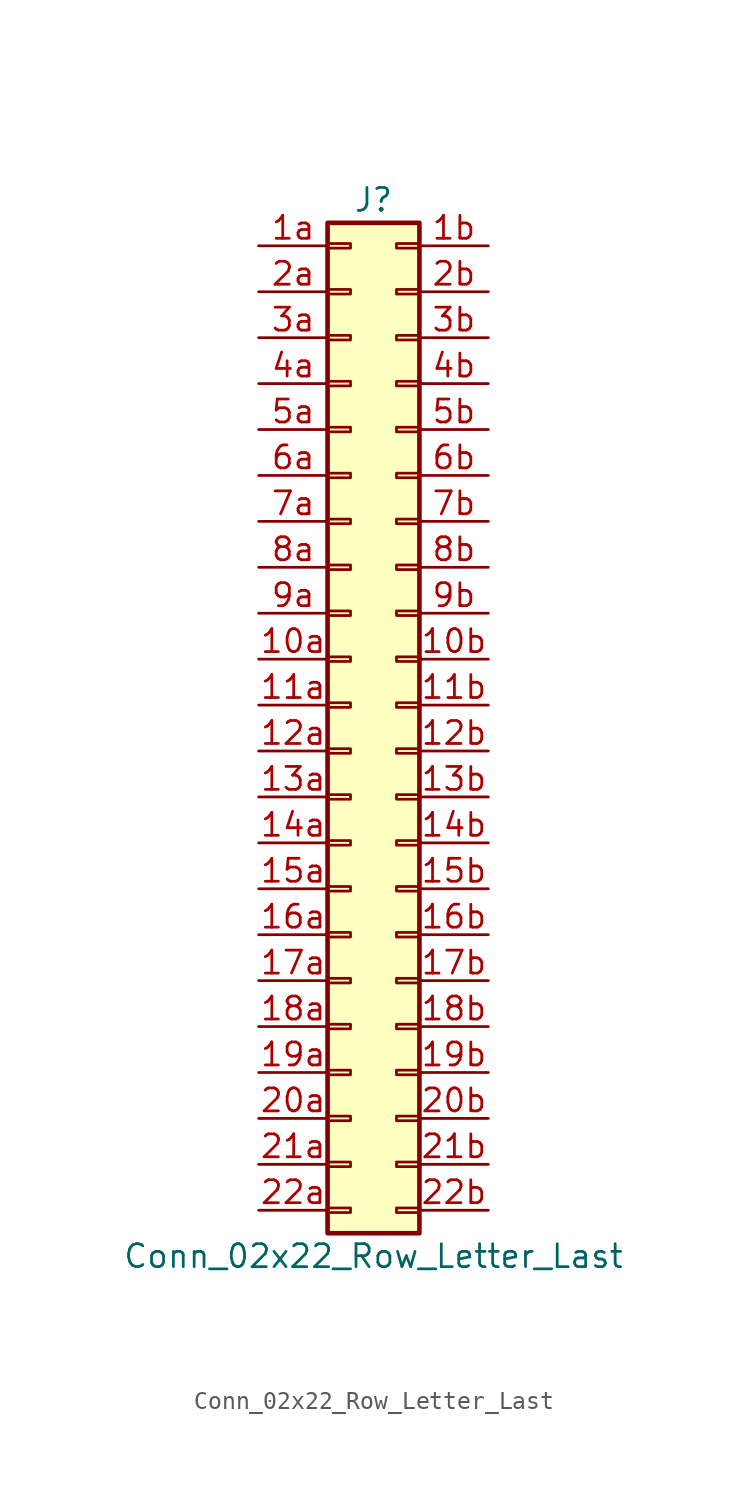
<source format=kicad_sym>
(kicad_symbol_lib
  (version 20220914)
  (generator kicad_symbol_editor)
  (symbol "Conn_02x22_Row_Letter_Last"
    (pin_names
      (offset 1.016) hide)
    (property "Reference" "J"
      (at 1.27 27.94 0)
      (effects (font (size 1.27 1.27))))
    (property "Value" "Conn_02x22_Row_Letter_Last"
      (at 1.27 -30.48 0)
      (effects (font (size 1.27 1.27))))
    (symbol "Conn_02x22_Row_Letter_Last_1_1"
      (rectangle (start -1.27 -27.813) (end 0 -28.067) (stroke (width 0.152) (type default)) (fill (type none)))
      (rectangle (start -1.27 -25.273) (end 0 -25.527) (stroke (width 0.152) (type default)) (fill (type none)))
      (rectangle (start -1.27 -22.733) (end 0 -22.987) (stroke (width 0.152) (type default)) (fill (type none)))
      (rectangle (start -1.27 -20.193) (end 0 -20.447) (stroke (width 0.152) (type default)) (fill (type none)))
      (rectangle (start -1.27 -17.653) (end 0 -17.907) (stroke (width 0.152) (type default)) (fill (type none)))
      (rectangle (start -1.27 -15.113) (end 0 -15.367) (stroke (width 0.152) (type default)) (fill (type none)))
      (rectangle (start -1.27 -12.573) (end 0 -12.827) (stroke (width 0.152) (type default)) (fill (type none)))
      (rectangle (start -1.27 -10.033) (end 0 -10.287) (stroke (width 0.152) (type default)) (fill (type none)))
      (rectangle (start -1.27 -7.493) (end 0 -7.747) (stroke (width 0.152) (type default)) (fill (type none)))
      (rectangle (start -1.27 -4.953) (end 0 -5.207) (stroke (width 0.152) (type default)) (fill (type none)))
      (rectangle (start -1.27 -2.413) (end 0 -2.667) (stroke (width 0.152) (type default)) (fill (type none)))
      (rectangle (start -1.27 0.127) (end 0 -0.127) (stroke (width 0.152) (type default)) (fill (type none)))
      (rectangle (start -1.27 2.667) (end 0 2.413) (stroke (width 0.152) (type default)) (fill (type none)))
      (rectangle (start -1.27 5.207) (end 0 4.953) (stroke (width 0.152) (type default)) (fill (type none)))
      (rectangle (start -1.27 7.747) (end 0 7.493) (stroke (width 0.152) (type default)) (fill (type none)))
      (rectangle (start -1.27 10.287) (end 0 10.033) (stroke (width 0.152) (type default)) (fill (type none)))
      (rectangle (start -1.27 12.827) (end 0 12.573) (stroke (width 0.152) (type default)) (fill (type none)))
      (rectangle (start -1.27 15.367) (end 0 15.113) (stroke (width 0.152) (type default)) (fill (type none)))
      (rectangle (start -1.27 17.907) (end 0 17.653) (stroke (width 0.152) (type default)) (fill (type none)))
      (rectangle (start -1.27 20.447) (end 0 20.193) (stroke (width 0.152) (type default)) (fill (type none)))
      (rectangle (start -1.27 22.987) (end 0 22.733) (stroke (width 0.152) (type default)) (fill (type none)))
      (rectangle (start -1.27 25.527) (end 0 25.273) (stroke (width 0.152) (type default)) (fill (type none)))
      (rectangle (start -1.27 26.67) (end 3.81 -29.21) (stroke (width 0.254) (type default)) (fill (type background)))
      (rectangle (start 3.81 -27.813) (end 2.54 -28.067) (stroke (width 0.152) (type default)) (fill (type none)))
      (rectangle (start 3.81 -25.273) (end 2.54 -25.527) (stroke (width 0.152) (type default)) (fill (type none)))
      (rectangle (start 3.81 -22.733) (end 2.54 -22.987) (stroke (width 0.152) (type default)) (fill (type none)))
      (rectangle (start 3.81 -20.193) (end 2.54 -20.447) (stroke (width 0.152) (type default)) (fill (type none)))
      (rectangle (start 3.81 -17.653) (end 2.54 -17.907) (stroke (width 0.152) (type default)) (fill (type none)))
      (rectangle (start 3.81 -15.113) (end 2.54 -15.367) (stroke (width 0.152) (type default)) (fill (type none)))
      (rectangle (start 3.81 -12.573) (end 2.54 -12.827) (stroke (width 0.152) (type default)) (fill (type none)))
      (rectangle (start 3.81 -10.033) (end 2.54 -10.287) (stroke (width 0.152) (type default)) (fill (type none)))
      (rectangle (start 3.81 -7.493) (end 2.54 -7.747) (stroke (width 0.152) (type default)) (fill (type none)))
      (rectangle (start 3.81 -4.953) (end 2.54 -5.207) (stroke (width 0.152) (type default)) (fill (type none)))
      (rectangle (start 3.81 -2.413) (end 2.54 -2.667) (stroke (width 0.152) (type default)) (fill (type none)))
      (rectangle (start 3.81 0.127) (end 2.54 -0.127) (stroke (width 0.152) (type default)) (fill (type none)))
      (rectangle (start 3.81 2.667) (end 2.54 2.413) (stroke (width 0.152) (type default)) (fill (type none)))
      (rectangle (start 3.81 5.207) (end 2.54 4.953) (stroke (width 0.152) (type default)) (fill (type none)))
      (rectangle (start 3.81 7.747) (end 2.54 7.493) (stroke (width 0.152) (type default)) (fill (type none)))
      (rectangle (start 3.81 10.287) (end 2.54 10.033) (stroke (width 0.152) (type default)) (fill (type none)))
      (rectangle (start 3.81 12.827) (end 2.54 12.573) (stroke (width 0.152) (type default)) (fill (type none)))
      (rectangle (start 3.81 15.367) (end 2.54 15.113) (stroke (width 0.152) (type default)) (fill (type none)))
      (rectangle (start 3.81 17.907) (end 2.54 17.653) (stroke (width 0.152) (type default)) (fill (type none)))
      (rectangle (start 3.81 20.447) (end 2.54 20.193) (stroke (width 0.152) (type default)) (fill (type none)))
      (rectangle (start 3.81 22.987) (end 2.54 22.733) (stroke (width 0.152) (type default)) (fill (type none)))
      (rectangle (start 3.81 25.527) (end 2.54 25.273) (stroke (width 0.152) (type default)) (fill (type none)))
      (pin passive line (at -5.08 2.54 0) (length 3.81) (name "Pin_10a" (effects (font (size 1.27 1.27)))) (number "10a" (effects (font (size 1.27 1.27)))))
      (pin passive line (at 7.62 2.54 180) (length 3.81) (name "Pin_10b" (effects (font (size 1.27 1.27)))) (number "10b" (effects (font (size 1.27 1.27)))))
      (pin passive line (at -5.08 0 0) (length 3.81) (name "Pin_11a" (effects (font (size 1.27 1.27)))) (number "11a" (effects (font (size 1.27 1.27)))))
      (pin passive line (at 7.62 0 180) (length 3.81) (name "Pin_11b" (effects (font (size 1.27 1.27)))) (number "11b" (effects (font (size 1.27 1.27)))))
      (pin passive line (at -5.08 -2.54 0) (length 3.81) (name "Pin_12a" (effects (font (size 1.27 1.27)))) (number "12a" (effects (font (size 1.27 1.27)))))
      (pin passive line (at 7.62 -2.54 180) (length 3.81) (name "Pin_12b" (effects (font (size 1.27 1.27)))) (number "12b" (effects (font (size 1.27 1.27)))))
      (pin passive line (at -5.08 -5.08 0) (length 3.81) (name "Pin_13a" (effects (font (size 1.27 1.27)))) (number "13a" (effects (font (size 1.27 1.27)))))
      (pin passive line (at 7.62 -5.08 180) (length 3.81) (name "Pin_13b" (effects (font (size 1.27 1.27)))) (number "13b" (effects (font (size 1.27 1.27)))))
      (pin passive line (at -5.08 -7.62 0) (length 3.81) (name "Pin_14a" (effects (font (size 1.27 1.27)))) (number "14a" (effects (font (size 1.27 1.27)))))
      (pin passive line (at 7.62 -7.62 180) (length 3.81) (name "Pin_14b" (effects (font (size 1.27 1.27)))) (number "14b" (effects (font (size 1.27 1.27)))))
      (pin passive line (at -5.08 -10.16 0) (length 3.81) (name "Pin_15a" (effects (font (size 1.27 1.27)))) (number "15a" (effects (font (size 1.27 1.27)))))
      (pin passive line (at 7.62 -10.16 180) (length 3.81) (name "Pin_15b" (effects (font (size 1.27 1.27)))) (number "15b" (effects (font (size 1.27 1.27)))))
      (pin passive line (at -5.08 -12.7 0) (length 3.81) (name "Pin_16a" (effects (font (size 1.27 1.27)))) (number "16a" (effects (font (size 1.27 1.27)))))
      (pin passive line (at 7.62 -12.7 180) (length 3.81) (name "Pin_16b" (effects (font (size 1.27 1.27)))) (number "16b" (effects (font (size 1.27 1.27)))))
      (pin passive line (at -5.08 -15.24 0) (length 3.81) (name "Pin_17a" (effects (font (size 1.27 1.27)))) (number "17a" (effects (font (size 1.27 1.27)))))
      (pin passive line (at 7.62 -15.24 180) (length 3.81) (name "Pin_17b" (effects (font (size 1.27 1.27)))) (number "17b" (effects (font (size 1.27 1.27)))))
      (pin passive line (at -5.08 -17.78 0) (length 3.81) (name "Pin_18a" (effects (font (size 1.27 1.27)))) (number "18a" (effects (font (size 1.27 1.27)))))
      (pin passive line (at 7.62 -17.78 180) (length 3.81) (name "Pin_18b" (effects (font (size 1.27 1.27)))) (number "18b" (effects (font (size 1.27 1.27)))))
      (pin passive line (at -5.08 -20.32 0) (length 3.81) (name "Pin_19a" (effects (font (size 1.27 1.27)))) (number "19a" (effects (font (size 1.27 1.27)))))
      (pin passive line (at 7.62 -20.32 180) (length 3.81) (name "Pin_19b" (effects (font (size 1.27 1.27)))) (number "19b" (effects (font (size 1.27 1.27)))))
      (pin passive line (at -5.08 25.4 0) (length 3.81) (name "Pin_1a" (effects (font (size 1.27 1.27)))) (number "1a" (effects (font (size 1.27 1.27)))))
      (pin passive line (at 7.62 25.4 180) (length 3.81) (name "Pin_1b" (effects (font (size 1.27 1.27)))) (number "1b" (effects (font (size 1.27 1.27)))))
      (pin passive line (at -5.08 -22.86 0) (length 3.81) (name "Pin_20a" (effects (font (size 1.27 1.27)))) (number "20a" (effects (font (size 1.27 1.27)))))
      (pin passive line (at 7.62 -22.86 180) (length 3.81) (name "Pin_20b" (effects (font (size 1.27 1.27)))) (number "20b" (effects (font (size 1.27 1.27)))))
      (pin passive line (at -5.08 -25.4 0) (length 3.81) (name "Pin_21a" (effects (font (size 1.27 1.27)))) (number "21a" (effects (font (size 1.27 1.27)))))
      (pin passive line (at 7.62 -25.4 180) (length 3.81) (name "Pin_21b" (effects (font (size 1.27 1.27)))) (number "21b" (effects (font (size 1.27 1.27)))))
      (pin passive line (at -5.08 -27.94 0) (length 3.81) (name "Pin_22a" (effects (font (size 1.27 1.27)))) (number "22a" (effects (font (size 1.27 1.27)))))
      (pin passive line (at 7.62 -27.94 180) (length 3.81) (name "Pin_22b" (effects (font (size 1.27 1.27)))) (number "22b" (effects (font (size 1.27 1.27)))))
      (pin passive line (at -5.08 22.86 0) (length 3.81) (name "Pin_2a" (effects (font (size 1.27 1.27)))) (number "2a" (effects (font (size 1.27 1.27)))))
      (pin passive line (at 7.62 22.86 180) (length 3.81) (name "Pin_2b" (effects (font (size 1.27 1.27)))) (number "2b" (effects (font (size 1.27 1.27)))))
      (pin passive line (at -5.08 20.32 0) (length 3.81) (name "Pin_3a" (effects (font (size 1.27 1.27)))) (number "3a" (effects (font (size 1.27 1.27)))))
      (pin passive line (at 7.62 20.32 180) (length 3.81) (name "Pin_3b" (effects (font (size 1.27 1.27)))) (number "3b" (effects (font (size 1.27 1.27)))))
      (pin passive line (at -5.08 17.78 0) (length 3.81) (name "Pin_4a" (effects (font (size 1.27 1.27)))) (number "4a" (effects (font (size 1.27 1.27)))))
      (pin passive line (at 7.62 17.78 180) (length 3.81) (name "Pin_4b" (effects (font (size 1.27 1.27)))) (number "4b" (effects (font (size 1.27 1.27)))))
      (pin passive line (at -5.08 15.24 0) (length 3.81) (name "Pin_5a" (effects (font (size 1.27 1.27)))) (number "5a" (effects (font (size 1.27 1.27)))))
      (pin passive line (at 7.62 15.24 180) (length 3.81) (name "Pin_5b" (effects (font (size 1.27 1.27)))) (number "5b" (effects (font (size 1.27 1.27)))))
      (pin passive line (at -5.08 12.7 0) (length 3.81) (name "Pin_6a" (effects (font (size 1.27 1.27)))) (number "6a" (effects (font (size 1.27 1.27)))))
      (pin passive line (at 7.62 12.7 180) (length 3.81) (name "Pin_6b" (effects (font (size 1.27 1.27)))) (number "6b" (effects (font (size 1.27 1.27)))))
      (pin passive line (at -5.08 10.16 0) (length 3.81) (name "Pin_7a" (effects (font (size 1.27 1.27)))) (number "7a" (effects (font (size 1.27 1.27)))))
      (pin passive line (at 7.62 10.16 180) (length 3.81) (name "Pin_7b" (effects (font (size 1.27 1.27)))) (number "7b" (effects (font (size 1.27 1.27)))))
      (pin passive line (at -5.08 7.62 0) (length 3.81) (name "Pin_8a" (effects (font (size 1.27 1.27)))) (number "8a" (effects (font (size 1.27 1.27)))))
      (pin passive line (at 7.62 7.62 180) (length 3.81) (name "Pin_8b" (effects (font (size 1.27 1.27)))) (number "8b" (effects (font (size 1.27 1.27)))))
      (pin passive line (at -5.08 5.08 0) (length 3.81) (name "Pin_9a" (effects (font (size 1.27 1.27)))) (number "9a" (effects (font (size 1.27 1.27)))))
      (pin passive line (at 7.62 5.08 180) (length 3.81) (name "Pin_9b" (effects (font (size 1.27 1.27)))) (number "9b" (effects (font (size 1.27 1.27))))))))
</source>
